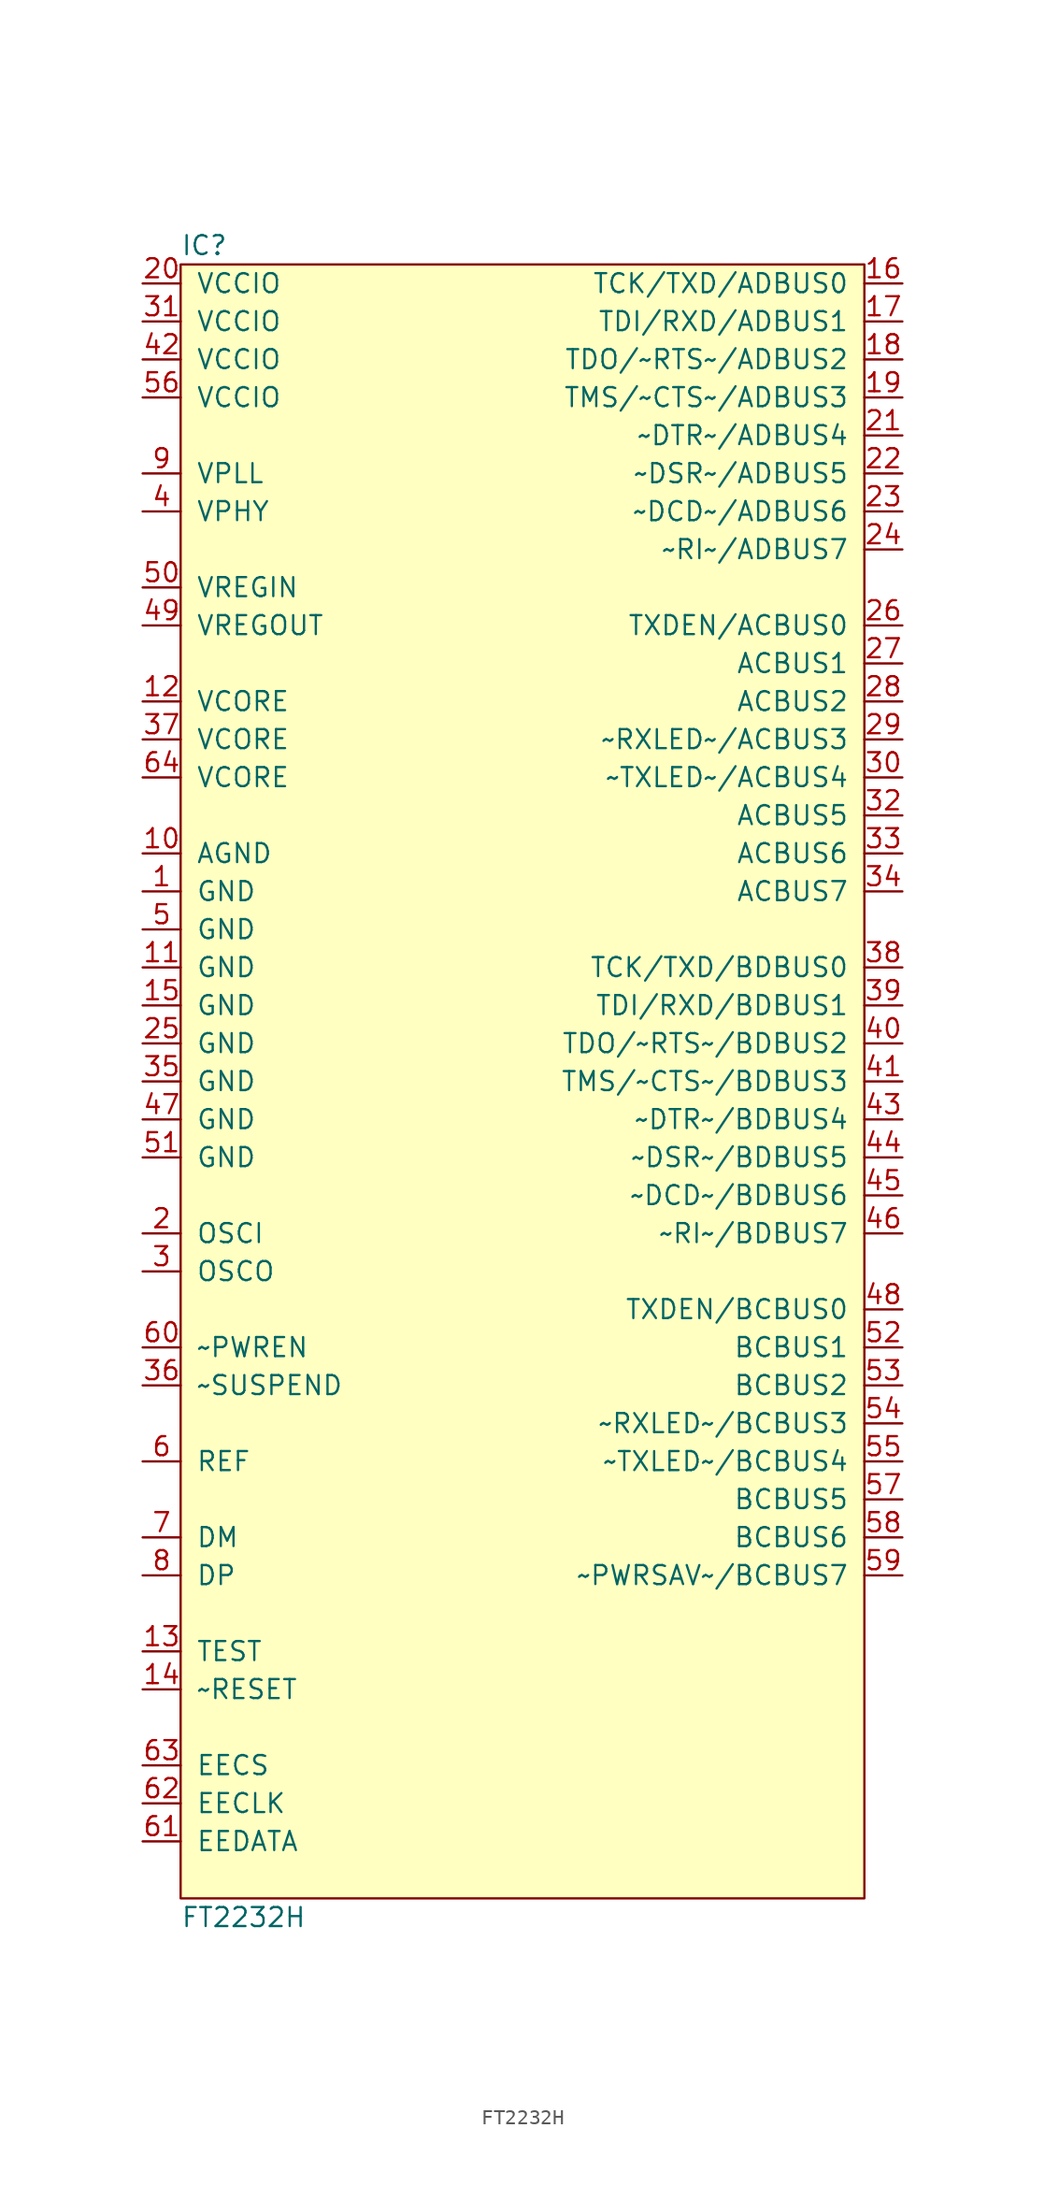
<source format=kicad_sym>
(kicad_symbol_lib
  (version 20211014)
  (generator agg_kicad.build_lib_ic)
  (symbol "FT2232H"
    (pin_names
      (offset 1.016))
    (property Reference IC
      (at -22.86 55.88 0)
      (effects (font (size 1.27 1.27)) (justify left)))
    (property Value "FT2232H"
      (at -22.86 -55.88 0)
      (effects (font (size 1.27 1.27)) (justify left)))
    (symbol "FT2232H_0_0"
      (rectangle (start -22.86 54.61) (end 22.86 -54.61) (stroke (width 0) (type default) (color 0 0 0 0)) (fill (type background)))
      (pin power_in line (at -25.4 53.34 0) (length 2.54) (name VCCIO (effects (font (size 1.27 1.27)))) (number "20" (effects (font (size 1.27 1.27)))))
      (pin power_in line (at -25.4 50.8 0) (length 2.54) (name VCCIO (effects (font (size 1.27 1.27)))) (number "31" (effects (font (size 1.27 1.27)))))
      (pin power_in line (at -25.4 48.26 0) (length 2.54) (name VCCIO (effects (font (size 1.27 1.27)))) (number "42" (effects (font (size 1.27 1.27)))))
      (pin power_in line (at -25.4 45.72 0) (length 2.54) (name VCCIO (effects (font (size 1.27 1.27)))) (number "56" (effects (font (size 1.27 1.27)))))
      (pin power_in line (at -25.4 40.64 0) (length 2.54) (name VPLL (effects (font (size 1.27 1.27)))) (number "9" (effects (font (size 1.27 1.27)))))
      (pin power_in line (at -25.4 38.1 0) (length 2.54) (name VPHY (effects (font (size 1.27 1.27)))) (number "4" (effects (font (size 1.27 1.27)))))
      (pin power_in line (at -25.4 33.02 0) (length 2.54) (name VREGIN (effects (font (size 1.27 1.27)))) (number "50" (effects (font (size 1.27 1.27)))))
      (pin power_out line (at -25.4 30.48 0) (length 2.54) (name VREGOUT (effects (font (size 1.27 1.27)))) (number "49" (effects (font (size 1.27 1.27)))))
      (pin power_in line (at -25.4 25.4 0) (length 2.54) (name VCORE (effects (font (size 1.27 1.27)))) (number "12" (effects (font (size 1.27 1.27)))))
      (pin power_in line (at -25.4 22.86 0) (length 2.54) (name VCORE (effects (font (size 1.27 1.27)))) (number "37" (effects (font (size 1.27 1.27)))))
      (pin power_in line (at -25.4 20.32 0) (length 2.54) (name VCORE (effects (font (size 1.27 1.27)))) (number "64" (effects (font (size 1.27 1.27)))))
      (pin power_in line (at -25.4 15.24 0) (length 2.54) (name AGND (effects (font (size 1.27 1.27)))) (number "10" (effects (font (size 1.27 1.27)))))
      (pin power_in line (at -25.4 12.7 0) (length 2.54) (name GND (effects (font (size 1.27 1.27)))) (number "1" (effects (font (size 1.27 1.27)))))
      (pin power_in line (at -25.4 10.16 0) (length 2.54) (name GND (effects (font (size 1.27 1.27)))) (number "5" (effects (font (size 1.27 1.27)))))
      (pin power_in line (at -25.4 7.62 0) (length 2.54) (name GND (effects (font (size 1.27 1.27)))) (number "11" (effects (font (size 1.27 1.27)))))
      (pin power_in line (at -25.4 5.08 0) (length 2.54) (name GND (effects (font (size 1.27 1.27)))) (number "15" (effects (font (size 1.27 1.27)))))
      (pin power_in line (at -25.4 2.54 0) (length 2.54) (name GND (effects (font (size 1.27 1.27)))) (number "25" (effects (font (size 1.27 1.27)))))
      (pin power_in line (at -25.4 0 0) (length 2.54) (name GND (effects (font (size 1.27 1.27)))) (number "35" (effects (font (size 1.27 1.27)))))
      (pin power_in line (at -25.4 -2.54 0) (length 2.54) (name GND (effects (font (size 1.27 1.27)))) (number "47" (effects (font (size 1.27 1.27)))))
      (pin power_in line (at -25.4 -5.08 0) (length 2.54) (name GND (effects (font (size 1.27 1.27)))) (number "51" (effects (font (size 1.27 1.27)))))
      (pin input line (at -25.4 -10.16 0) (length 2.54) (name OSCI (effects (font (size 1.27 1.27)))) (number "2" (effects (font (size 1.27 1.27)))))
      (pin output line (at -25.4 -12.7 0) (length 2.54) (name OSCO (effects (font (size 1.27 1.27)))) (number "3" (effects (font (size 1.27 1.27)))))
      (pin output line (at -25.4 -17.78 0) (length 2.54) (name "~PWREN" (effects (font (size 1.27 1.27)))) (number "60" (effects (font (size 1.27 1.27)))))
      (pin output line (at -25.4 -20.32 0) (length 2.54) (name "~SUSPEND" (effects (font (size 1.27 1.27)))) (number "36" (effects (font (size 1.27 1.27)))))
      (pin passive line (at -25.4 -25.4 0) (length 2.54) (name REF (effects (font (size 1.27 1.27)))) (number "6" (effects (font (size 1.27 1.27)))))
      (pin bidirectional line (at -25.4 -30.48 0) (length 2.54) (name DM (effects (font (size 1.27 1.27)))) (number "7" (effects (font (size 1.27 1.27)))))
      (pin bidirectional line (at -25.4 -33.02 0) (length 2.54) (name DP (effects (font (size 1.27 1.27)))) (number "8" (effects (font (size 1.27 1.27)))))
      (pin input line (at -25.4 -38.1 0) (length 2.54) (name TEST (effects (font (size 1.27 1.27)))) (number "13" (effects (font (size 1.27 1.27)))))
      (pin input line (at -25.4 -40.64 0) (length 2.54) (name "~RESET" (effects (font (size 1.27 1.27)))) (number "14" (effects (font (size 1.27 1.27)))))
      (pin output line (at -25.4 -45.72 0) (length 2.54) (name EECS (effects (font (size 1.27 1.27)))) (number "63" (effects (font (size 1.27 1.27)))))
      (pin output line (at -25.4 -48.26 0) (length 2.54) (name EECLK (effects (font (size 1.27 1.27)))) (number "62" (effects (font (size 1.27 1.27)))))
      (pin bidirectional line (at -25.4 -50.8 0) (length 2.54) (name EEDATA (effects (font (size 1.27 1.27)))) (number "61" (effects (font (size 1.27 1.27)))))
      (pin bidirectional line (at 25.4 53.34 180) (length 2.54) (name "TCK/TXD/ADBUS0" (effects (font (size 1.27 1.27)))) (number "16" (effects (font (size 1.27 1.27)))))
      (pin bidirectional line (at 25.4 50.8 180) (length 2.54) (name "TDI/RXD/ADBUS1" (effects (font (size 1.27 1.27)))) (number "17" (effects (font (size 1.27 1.27)))))
      (pin bidirectional line (at 25.4 48.26 180) (length 2.54) (name "TDO/~RTS~/ADBUS2" (effects (font (size 1.27 1.27)))) (number "18" (effects (font (size 1.27 1.27)))))
      (pin bidirectional line (at 25.4 45.72 180) (length 2.54) (name "TMS/~CTS~/ADBUS3" (effects (font (size 1.27 1.27)))) (number "19" (effects (font (size 1.27 1.27)))))
      (pin bidirectional line (at 25.4 43.18 180) (length 2.54) (name "~DTR~/ADBUS4" (effects (font (size 1.27 1.27)))) (number "21" (effects (font (size 1.27 1.27)))))
      (pin bidirectional line (at 25.4 40.64 180) (length 2.54) (name "~DSR~/ADBUS5" (effects (font (size 1.27 1.27)))) (number "22" (effects (font (size 1.27 1.27)))))
      (pin bidirectional line (at 25.4 38.1 180) (length 2.54) (name "~DCD~/ADBUS6" (effects (font (size 1.27 1.27)))) (number "23" (effects (font (size 1.27 1.27)))))
      (pin bidirectional line (at 25.4 35.56 180) (length 2.54) (name "~RI~/ADBUS7" (effects (font (size 1.27 1.27)))) (number "24" (effects (font (size 1.27 1.27)))))
      (pin bidirectional line (at 25.4 30.48 180) (length 2.54) (name "TXDEN/ACBUS0" (effects (font (size 1.27 1.27)))) (number "26" (effects (font (size 1.27 1.27)))))
      (pin bidirectional line (at 25.4 27.94 180) (length 2.54) (name "ACBUS1" (effects (font (size 1.27 1.27)))) (number "27" (effects (font (size 1.27 1.27)))))
      (pin bidirectional line (at 25.4 25.4 180) (length 2.54) (name "ACBUS2" (effects (font (size 1.27 1.27)))) (number "28" (effects (font (size 1.27 1.27)))))
      (pin bidirectional line (at 25.4 22.86 180) (length 2.54) (name "~RXLED~/ACBUS3" (effects (font (size 1.27 1.27)))) (number "29" (effects (font (size 1.27 1.27)))))
      (pin bidirectional line (at 25.4 20.32 180) (length 2.54) (name "~TXLED~/ACBUS4" (effects (font (size 1.27 1.27)))) (number "30" (effects (font (size 1.27 1.27)))))
      (pin bidirectional line (at 25.4 17.78 180) (length 2.54) (name "ACBUS5" (effects (font (size 1.27 1.27)))) (number "32" (effects (font (size 1.27 1.27)))))
      (pin bidirectional line (at 25.4 15.24 180) (length 2.54) (name "ACBUS6" (effects (font (size 1.27 1.27)))) (number "33" (effects (font (size 1.27 1.27)))))
      (pin bidirectional line (at 25.4 12.7 180) (length 2.54) (name "ACBUS7" (effects (font (size 1.27 1.27)))) (number "34" (effects (font (size 1.27 1.27)))))
      (pin bidirectional line (at 25.4 7.62 180) (length 2.54) (name "TCK/TXD/BDBUS0" (effects (font (size 1.27 1.27)))) (number "38" (effects (font (size 1.27 1.27)))))
      (pin bidirectional line (at 25.4 5.08 180) (length 2.54) (name "TDI/RXD/BDBUS1" (effects (font (size 1.27 1.27)))) (number "39" (effects (font (size 1.27 1.27)))))
      (pin bidirectional line (at 25.4 2.54 180) (length 2.54) (name "TDO/~RTS~/BDBUS2" (effects (font (size 1.27 1.27)))) (number "40" (effects (font (size 1.27 1.27)))))
      (pin bidirectional line (at 25.4 0 180) (length 2.54) (name "TMS/~CTS~/BDBUS3" (effects (font (size 1.27 1.27)))) (number "41" (effects (font (size 1.27 1.27)))))
      (pin bidirectional line (at 25.4 -2.54 180) (length 2.54) (name "~DTR~/BDBUS4" (effects (font (size 1.27 1.27)))) (number "43" (effects (font (size 1.27 1.27)))))
      (pin bidirectional line (at 25.4 -5.08 180) (length 2.54) (name "~DSR~/BDBUS5" (effects (font (size 1.27 1.27)))) (number "44" (effects (font (size 1.27 1.27)))))
      (pin bidirectional line (at 25.4 -7.62 180) (length 2.54) (name "~DCD~/BDBUS6" (effects (font (size 1.27 1.27)))) (number "45" (effects (font (size 1.27 1.27)))))
      (pin bidirectional line (at 25.4 -10.16 180) (length 2.54) (name "~RI~/BDBUS7" (effects (font (size 1.27 1.27)))) (number "46" (effects (font (size 1.27 1.27)))))
      (pin bidirectional line (at 25.4 -15.24 180) (length 2.54) (name "TXDEN/BCBUS0" (effects (font (size 1.27 1.27)))) (number "48" (effects (font (size 1.27 1.27)))))
      (pin bidirectional line (at 25.4 -17.78 180) (length 2.54) (name "BCBUS1" (effects (font (size 1.27 1.27)))) (number "52" (effects (font (size 1.27 1.27)))))
      (pin bidirectional line (at 25.4 -20.32 180) (length 2.54) (name "BCBUS2" (effects (font (size 1.27 1.27)))) (number "53" (effects (font (size 1.27 1.27)))))
      (pin bidirectional line (at 25.4 -22.86 180) (length 2.54) (name "~RXLED~/BCBUS3" (effects (font (size 1.27 1.27)))) (number "54" (effects (font (size 1.27 1.27)))))
      (pin bidirectional line (at 25.4 -25.4 180) (length 2.54) (name "~TXLED~/BCBUS4" (effects (font (size 1.27 1.27)))) (number "55" (effects (font (size 1.27 1.27)))))
      (pin bidirectional line (at 25.4 -27.94 180) (length 2.54) (name "BCBUS5" (effects (font (size 1.27 1.27)))) (number "57" (effects (font (size 1.27 1.27)))))
      (pin bidirectional line (at 25.4 -30.48 180) (length 2.54) (name "BCBUS6" (effects (font (size 1.27 1.27)))) (number "58" (effects (font (size 1.27 1.27)))))
      (pin bidirectional line (at 25.4 -33.02 180) (length 2.54) (name "~PWRSAV~/BCBUS7" (effects (font (size 1.27 1.27)))) (number "59" (effects (font (size 1.27 1.27))))))))
</source>
